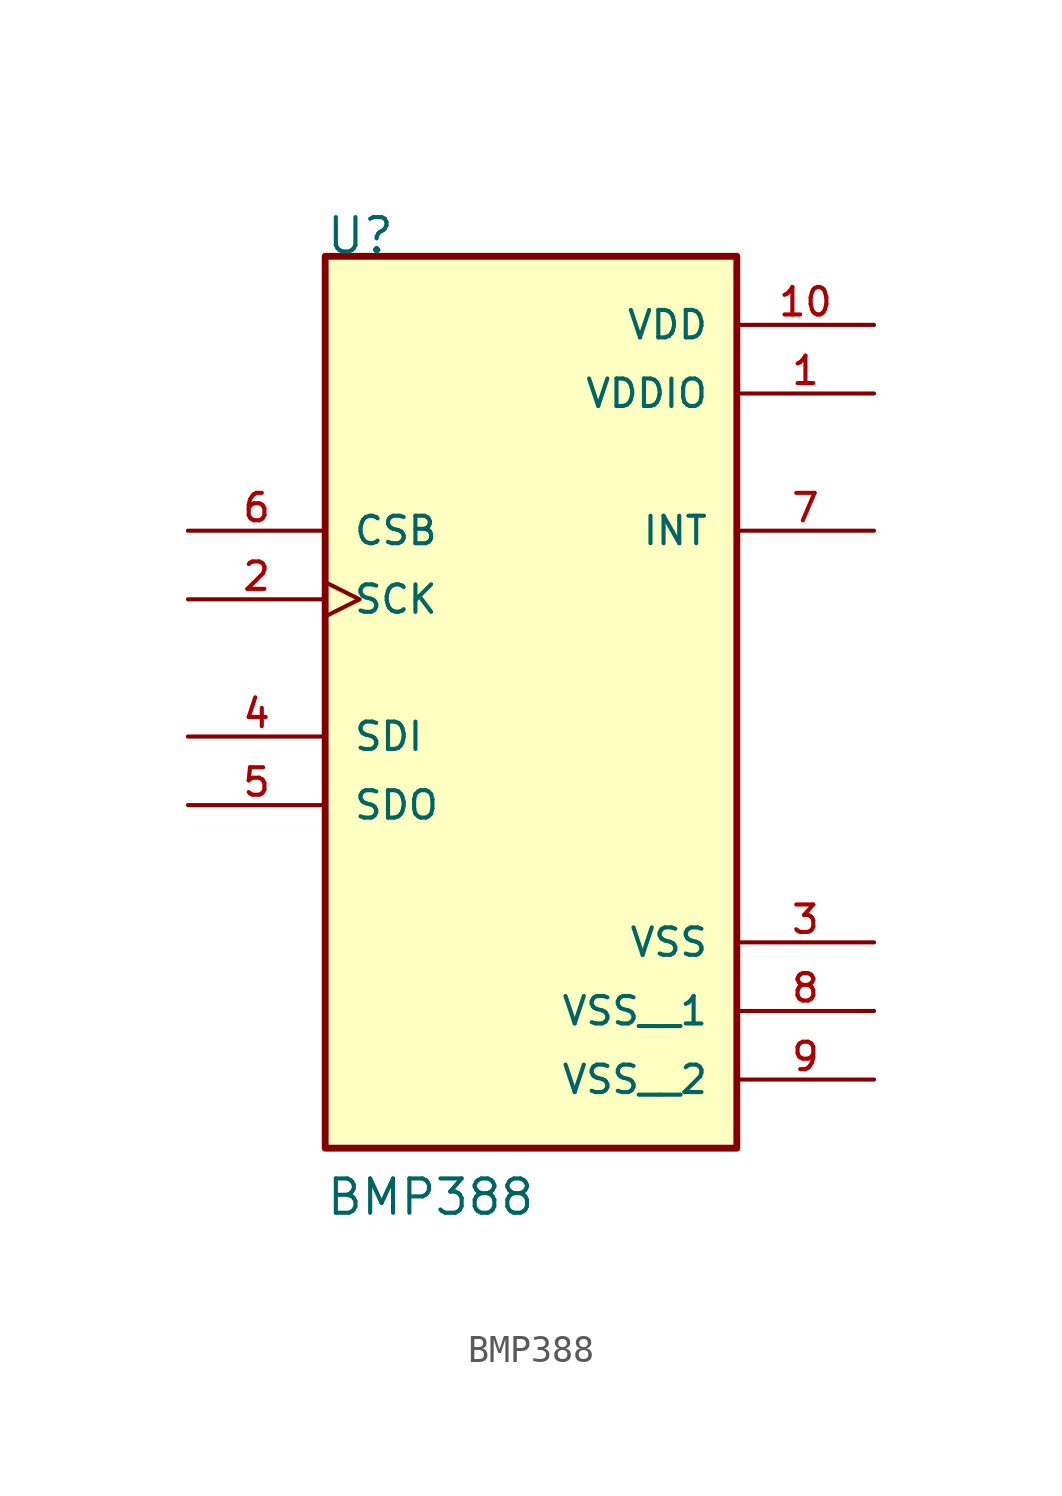
<source format=kicad_sym>
(kicad_symbol_lib
  (version 20211014)
  (generator kicad_symbol_editor)
  (symbol "BMP388"
    (pin_names
      (offset 1.016))
    (property "Reference" "U"
      (at -7.628 15.256 0)
      (effects (font (size 1.27 1.27)) (justify bottom left)))
    (property "Value" "BMP388"
      (at -7.627 -20.334 0)
      (effects (font (size 1.27 1.27)) (justify bottom left)))
    (symbol "BMP388_0_0"
      (rectangle (start -7.62 -17.78) (end 7.62 15.24) (stroke (width 0.254)) (fill (type background)))
      (pin power_in line (at 12.7 10.16 180.0) (length 5.08) (name "VDDIO" (effects (font (size 1.016 1.016)))) (number "1" (effects (font (size 1.016 1.016)))))
      (pin input clock (at -12.7 2.54 0) (length 5.08) (name "SCK" (effects (font (size 1.016 1.016)))) (number "2" (effects (font (size 1.016 1.016)))))
      (pin power_in line (at 12.7 -10.16 180.0) (length 5.08) (name "VSS" (effects (font (size 1.016 1.016)))) (number "3" (effects (font (size 1.016 1.016)))))
      (pin bidirectional line (at -12.7 -2.54 0) (length 5.08) (name "SDI" (effects (font (size 1.016 1.016)))) (number "4" (effects (font (size 1.016 1.016)))))
      (pin bidirectional line (at -12.7 -5.08 0) (length 5.08) (name "SDO" (effects (font (size 1.016 1.016)))) (number "5" (effects (font (size 1.016 1.016)))))
      (pin input line (at -12.7 5.08 0) (length 5.08) (name "CSB" (effects (font (size 1.016 1.016)))) (number "6" (effects (font (size 1.016 1.016)))))
      (pin output line (at 12.7 5.08 180.0) (length 5.08) (name "INT" (effects (font (size 1.016 1.016)))) (number "7" (effects (font (size 1.016 1.016)))))
      (pin power_in line (at 12.7 12.7 180.0) (length 5.08) (name "VDD" (effects (font (size 1.016 1.016)))) (number "10" (effects (font (size 1.016 1.016)))))
      (pin power_in line (at 12.7 -12.7 180.0) (length 5.08) (name "VSS__1" (effects (font (size 1.016 1.016)))) (number "8" (effects (font (size 1.016 1.016)))))
      (pin power_in line (at 12.7 -15.24 180.0) (length 5.08) (name "VSS__2" (effects (font (size 1.016 1.016)))) (number "9" (effects (font (size 1.016 1.016))))))))
</source>
